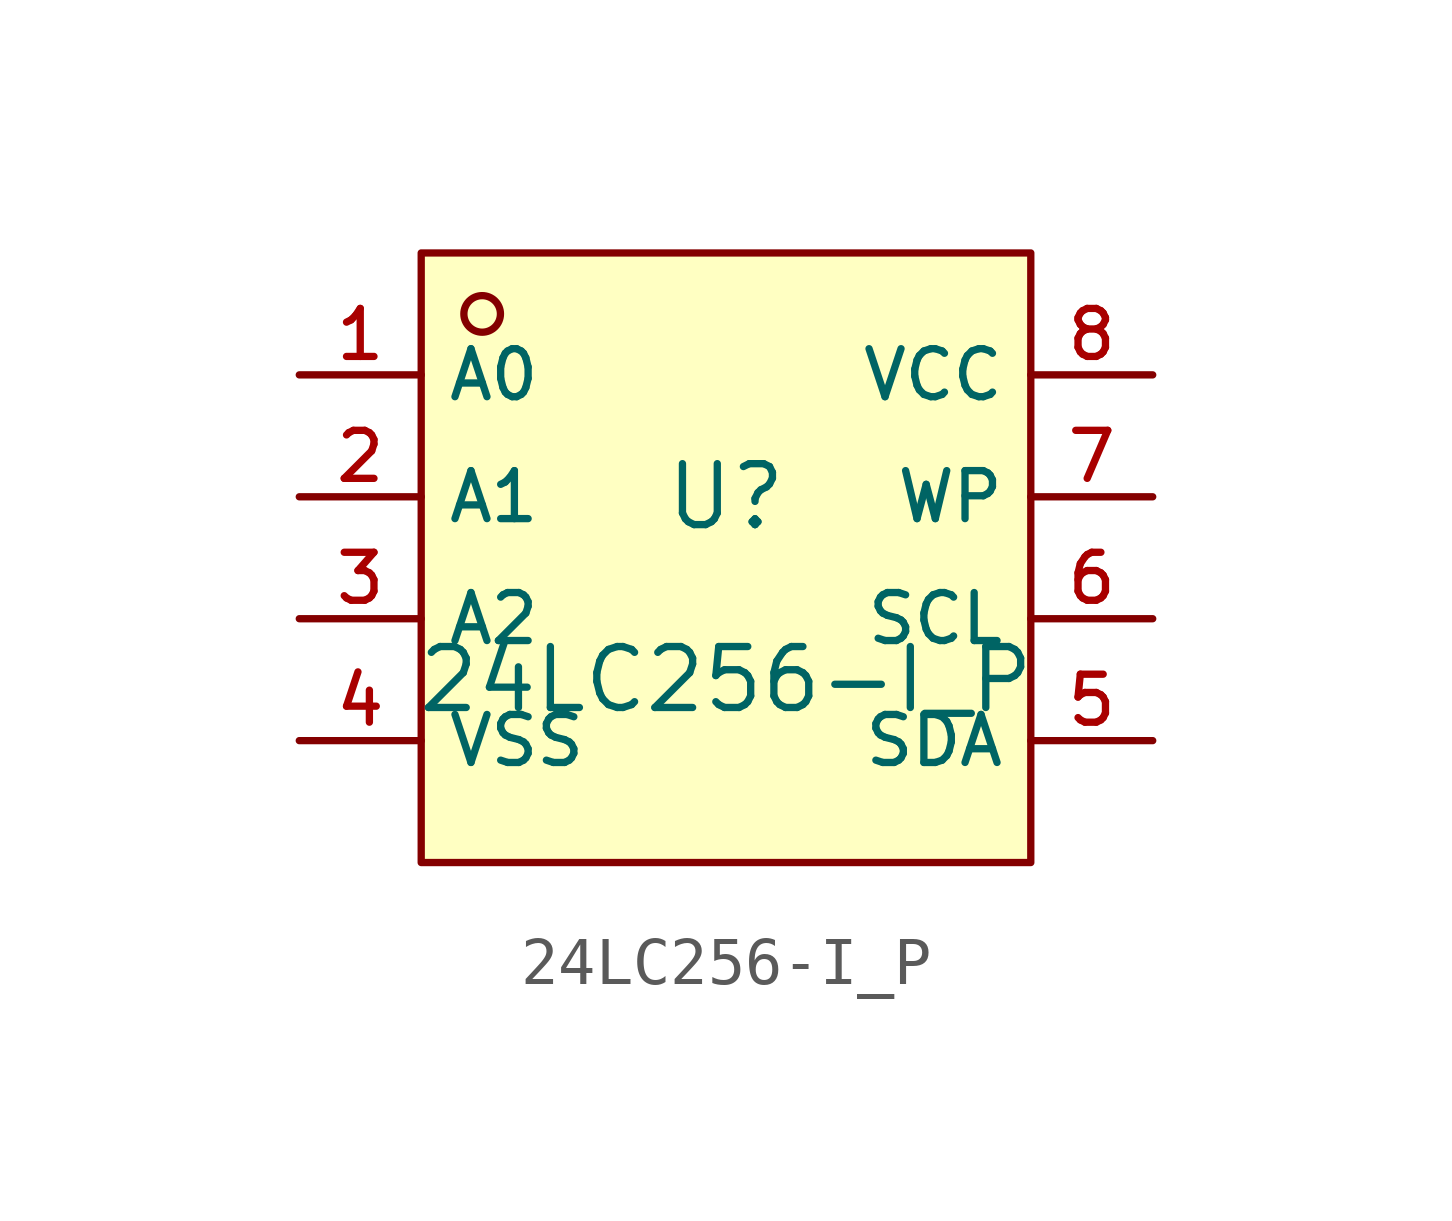
<source format=kicad_sym>
(kicad_symbol_lib
  (version 20210201)
  (generator TousstNicolas/JLC2KiCad_lib)
  (symbol "24LC256-I_P"
    (property "Reference" "U"
      (at 0 1.27 0)
      (effects (font (size 1.27 1.27))))
    (property "Value" "24LC256-I_P"
      (at 0 -2.54 0)
      (effects (font (size 1.27 1.27))))
    (symbol "24LC256-I_P_0_1"
      (rectangle (start -6.35 6.35) (end 6.35 -6.35) (stroke (width 0) (type default) (color 0 0 0 0)) (fill (type background)))
      (circle (center -5.08 5.08) (radius 0.381) (stroke (width 0) (type default) (color 0 0 0 0)) (fill (type background)))
      (pin unspecified line (at -8.89 3.81 0) (length 2.54) (name "A0" (effects (font (size 1 1)))) (number "1" (effects (font (size 1 1)))))
      (pin unspecified line (at -8.89 1.27 0) (length 2.54) (name "A1" (effects (font (size 1 1)))) (number "2" (effects (font (size 1 1)))))
      (pin unspecified line (at -8.89 -1.27 0) (length 2.54) (name "A2" (effects (font (size 1 1)))) (number "3" (effects (font (size 1 1)))))
      (pin unspecified line (at -8.89 -3.81 0) (length 2.54) (name "VSS" (effects (font (size 1 1)))) (number "4" (effects (font (size 1 1)))))
      (pin unspecified line (at 8.89 -3.81 180) (length 2.54) (name "SDA" (effects (font (size 1 1)))) (number "5" (effects (font (size 1 1)))))
      (pin unspecified line (at 8.89 -1.27 180) (length 2.54) (name "SCL" (effects (font (size 1 1)))) (number "6" (effects (font (size 1 1)))))
      (pin unspecified line (at 8.89 1.27 180) (length 2.54) (name "WP" (effects (font (size 1 1)))) (number "7" (effects (font (size 1 1)))))
      (pin unspecified line (at 8.89 3.81 180) (length 2.54) (name "VCC" (effects (font (size 1 1)))) (number "8" (effects (font (size 1 1))))))))
</source>
